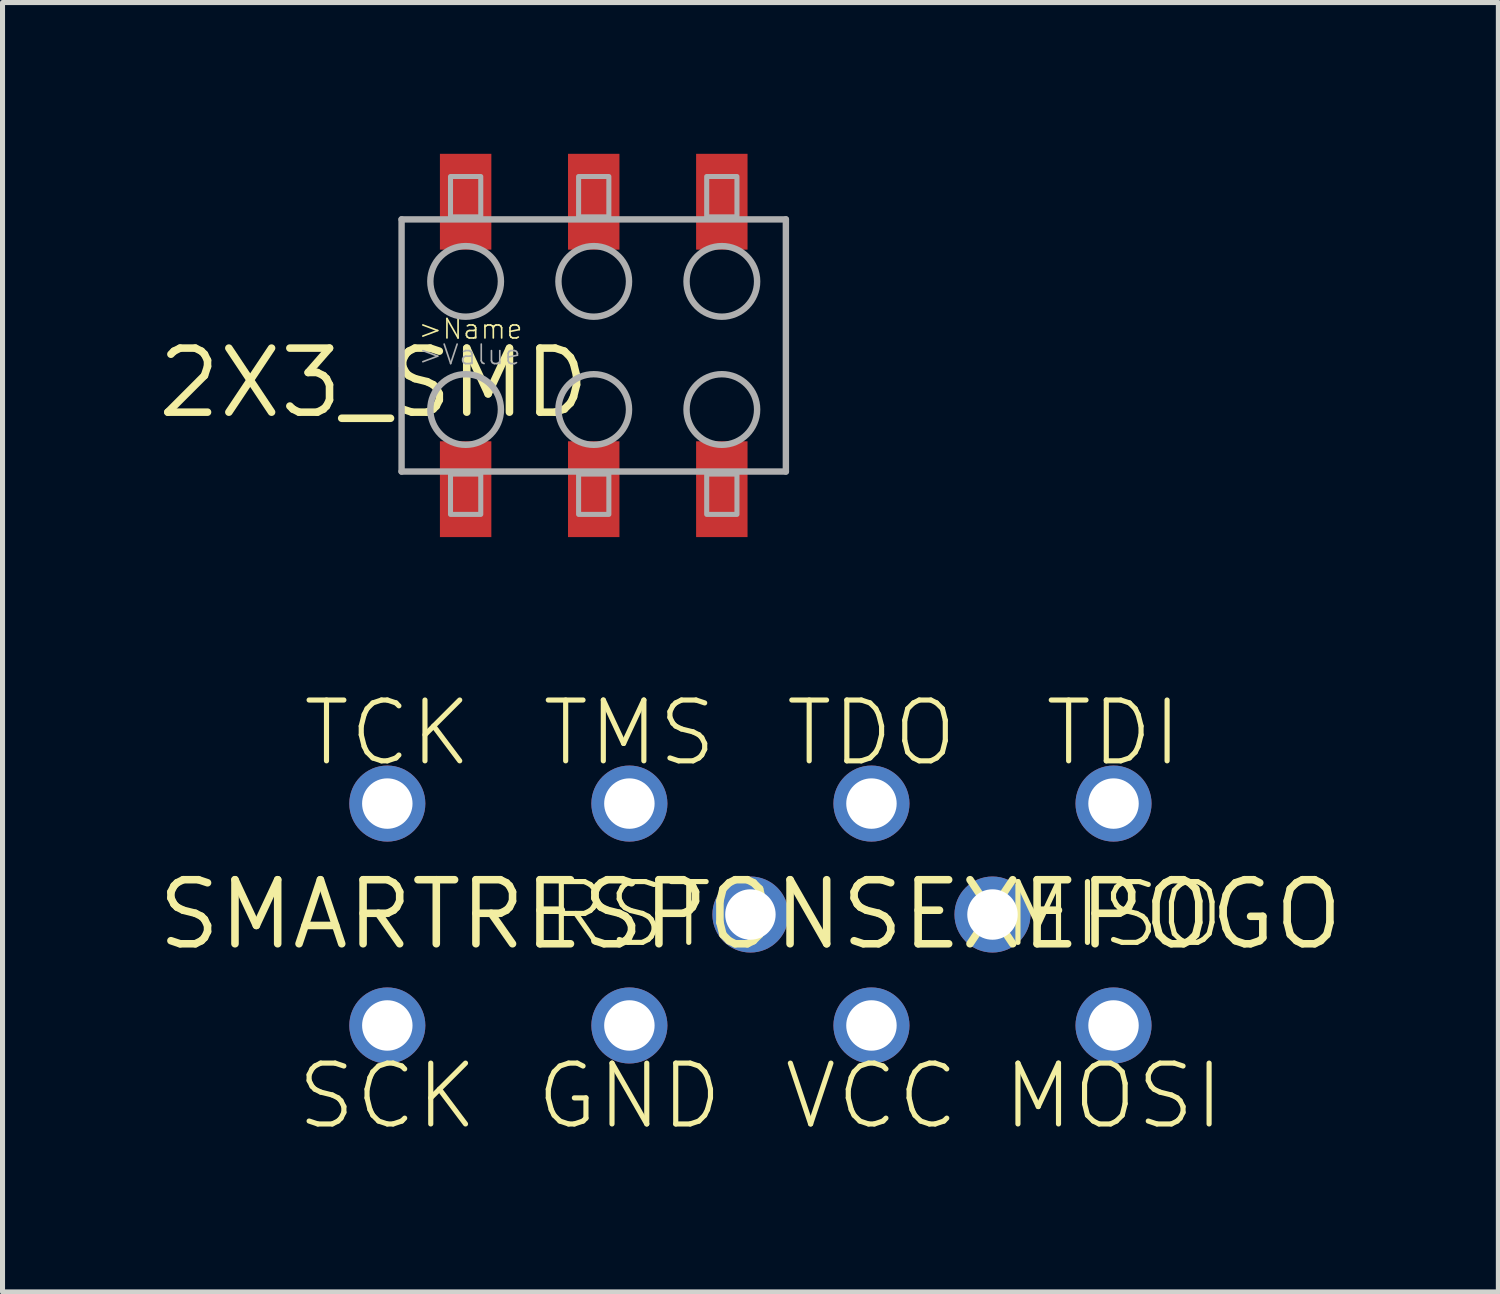
<source format=kicad_pcb>
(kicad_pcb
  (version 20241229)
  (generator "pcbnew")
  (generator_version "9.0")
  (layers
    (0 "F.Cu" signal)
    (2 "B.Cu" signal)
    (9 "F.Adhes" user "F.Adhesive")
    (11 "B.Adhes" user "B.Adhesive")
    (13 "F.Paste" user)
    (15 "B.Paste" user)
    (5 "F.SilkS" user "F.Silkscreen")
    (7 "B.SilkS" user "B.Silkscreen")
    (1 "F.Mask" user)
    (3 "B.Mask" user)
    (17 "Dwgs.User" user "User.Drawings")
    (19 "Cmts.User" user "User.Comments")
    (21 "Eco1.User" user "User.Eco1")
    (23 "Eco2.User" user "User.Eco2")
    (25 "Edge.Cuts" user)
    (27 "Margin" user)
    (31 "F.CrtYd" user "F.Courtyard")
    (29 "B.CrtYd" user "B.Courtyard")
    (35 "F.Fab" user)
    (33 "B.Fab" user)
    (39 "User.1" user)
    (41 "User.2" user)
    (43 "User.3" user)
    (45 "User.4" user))
  (footprint "SMARTRESPONSEXEPOGO"
    (layer "F.Cu")
    (at 11.83 15.084)
    (property "Reference" "SMARTRESPONSEXEPOGO" (at 0 0 0) (layer "F.SilkS") (effects (font (size 1.27 1.27) (thickness 0.15))))
    (attr through_hole)
    (fp_text user "RST" (at -2.4 0 0) (layer "F.SilkS") (effects (font (size 1.206 1.206) (thickness 0.102))))
    (fp_text user "VCC" (at 2.4 3.6 0) (layer "F.SilkS") (effects (font (size 1.206 1.206) (thickness 0.102))))
    (fp_text user "TCK" (at -7.2 -3.6 0) (layer "F.SilkS") (effects (font (size 1.206 1.206) (thickness 0.102))))
    (fp_text user "TMS" (at -2.4 -3.6 0) (layer "F.SilkS") (effects (font (size 1.206 1.206) (thickness 0.102))))
    (fp_text user "TDO" (at 2.4 -3.6 0) (layer "F.SilkS") (effects (font (size 1.206 1.206) (thickness 0.102))))
    (fp_text user "SCK" (at -7.2 3.6 0) (layer "F.SilkS") (effects (font (size 1.206 1.206) (thickness 0.102))))
    (fp_text user "GND" (at -2.4 3.6 0) (layer "F.SilkS") (effects (font (size 1.206 1.206) (thickness 0.102))))
    (fp_text user "MOSI" (at 7.2 3.6 0) (layer "F.SilkS") (effects (font (size 1.206 1.206) (thickness 0.102))))
    (fp_text user "TDI" (at 7.2 -3.6 0) (layer "F.SilkS") (effects (font (size 1.206 1.206) (thickness 0.102))))
    (fp_text user "MISO" (at 7.2 0 0) (layer "F.SilkS") (effects (font (size 1.206 1.206) (thickness 0.102))))
    (pad "GND" thru_hole circle (at -2.4 2.2) (size 1.508 1.508) (drill 1) (layers "*.Cu" "*.Mask"))
    (pad "MISO" thru_hole circle (at 4.8 0) (size 1.508 1.508) (drill 1) (layers "*.Cu" "*.Mask"))
    (pad "MOSI" thru_hole circle (at 7.2 2.2) (size 1.508 1.508) (drill 1) (layers "*.Cu" "*.Mask"))
    (pad "RST" thru_hole circle (at 0 0) (size 1.508 1.508) (drill 1) (layers "*.Cu" "*.Mask"))
    (pad "SCK" thru_hole circle (at -7.2 2.2) (size 1.508 1.508) (drill 1) (layers "*.Cu" "*.Mask"))
    (pad "TCK" thru_hole circle (at -7.2 -2.2) (size 1.508 1.508) (drill 1) (layers "*.Cu" "*.Mask"))
    (pad "TDI" thru_hole circle (at 7.2 -2.2) (size 1.508 1.508) (drill 1) (layers "*.Cu" "*.Mask"))
    (pad "TDO" thru_hole circle (at 2.4 -2.2) (size 1.508 1.508) (drill 1) (layers "*.Cu" "*.Mask"))
    (pad "TMS" thru_hole circle (at -2.4 -2.2) (size 1.508 1.508) (drill 1) (layers "*.Cu" "*.Mask"))
    (pad "VCC" thru_hole circle (at 2.4 2.2) (size 1.508 1.508) (drill 1) (layers "*.Cu" "*.Mask")))
  (footprint "2X3_SMD"
    (layer "F.Cu")
    (at 8.723 3.8)
    (property "Reference" "2X3_SMD" (at 0 0 0) (layer "F.SilkS") (effects (font (size 1.27 1.27) (thickness 0.15)) (justify right top)))
    (attr through_hole)
    (fp_line (start -3.81 -2.5) (end 3.81 -2.5) (stroke (width 0.127) (type solid)) (layer "F.Fab"))
    (fp_line (start -3.81 2.5) (end -3.81 -2.5) (stroke (width 0.127) (type solid)) (layer "F.Fab"))
    (fp_line (start 3.81 -2.5) (end 3.81 2.5) (stroke (width 0.127) (type solid)) (layer "F.Fab"))
    (fp_line (start 3.81 2.5) (end -3.81 2.5) (stroke (width 0.127) (type solid)) (layer "F.Fab"))
    (fp_circle (center -2.54 -1.27) (end -1.84 -1.27) (stroke (width 0.127) (type solid)) (fill no) (layer "F.Fab"))
    (fp_circle (center -2.54 1.27) (end -1.84 1.27) (stroke (width 0.127) (type solid)) (fill no) (layer "F.Fab"))
    (fp_circle (center 0 -1.27) (end 0.7 -1.27) (stroke (width 0.127) (type solid)) (fill no) (layer "F.Fab"))
    (fp_circle (center 0 1.27) (end 0.7 1.27) (stroke (width 0.127) (type solid)) (fill no) (layer "F.Fab"))
    (fp_circle (center 2.54 -1.27) (end 3.24 -1.27) (stroke (width 0.127) (type solid)) (fill no) (layer "F.Fab"))
    (fp_circle (center 2.54 1.27) (end 3.24 1.27) (stroke (width 0.127) (type solid)) (fill no) (layer "F.Fab"))
    (fp_poly (pts (xy -2.84 -2.55) (xy -2.24 -2.55) (xy -2.24 -3.35) (xy -2.84 -3.35)) (stroke (width 0.1) (type solid)) (fill no) (layer "F.Fab"))
    (fp_poly (pts (xy -2.24 2.55) (xy -2.84 2.55) (xy -2.84 3.35) (xy -2.24 3.35)) (stroke (width 0.1) (type solid)) (fill no) (layer "F.Fab"))
    (fp_poly (pts (xy -0.3 -2.55) (xy 0.3 -2.55) (xy 0.3 -3.35) (xy -0.3 -3.35)) (stroke (width 0.1) (type solid)) (fill no) (layer "F.Fab"))
    (fp_poly (pts (xy 0.3 2.55) (xy -0.3 2.55) (xy -0.3 3.35) (xy 0.3 3.35)) (stroke (width 0.1) (type solid)) (fill no) (layer "F.Fab"))
    (fp_poly (pts (xy 2.24 -2.55) (xy 2.84 -2.55) (xy 2.84 -3.35) (xy 2.24 -3.35)) (stroke (width 0.1) (type solid)) (fill no) (layer "F.Fab"))
    (fp_poly (pts (xy 2.84 2.55) (xy 2.24 2.55) (xy 2.24 3.35) (xy 2.84 3.35)) (stroke (width 0.1) (type solid)) (fill no) (layer "F.Fab"))
    (fp_text user ">Name" (at -3.502 -0.1 0) (layer "F.SilkS") (effects (font (size 0.386 0.386) (thickness 0.033)) (justify left bottom)))
    (fp_text user ">Value" (at -3.502 0.408 0) (layer "F.Fab") (effects (font (size 0.386 0.386) (thickness 0.033)) (justify left bottom)))
    (pad "1" smd rect (at -2.54 2.85) (size 1.02 1.9) (layers "F.Cu" "F.Mask" "F.Paste"))
    (pad "2" smd rect (at -2.54 -2.85) (size 1.02 1.9) (layers "F.Cu" "F.Mask" "F.Paste"))
    (pad "3" smd rect (at 0 2.85) (size 1.02 1.9) (layers "F.Cu" "F.Mask" "F.Paste"))
    (pad "4" smd rect (at 0 -2.85) (size 1.02 1.9) (layers "F.Cu" "F.Mask" "F.Paste"))
    (pad "5" smd rect (at 2.54 2.85) (size 1.02 1.9) (layers "F.Cu" "F.Mask" "F.Paste"))
    (pad "6" smd rect (at 2.54 -2.85) (size 1.02 1.9) (layers "F.Cu" "F.Mask" "F.Paste")))
  (gr_rect
    (start -3 -3)
    (end 26.661 22.568)
    (stroke (width 0.1) (type default))
    (fill no)
    (layer "Edge.Cuts")))
</source>
